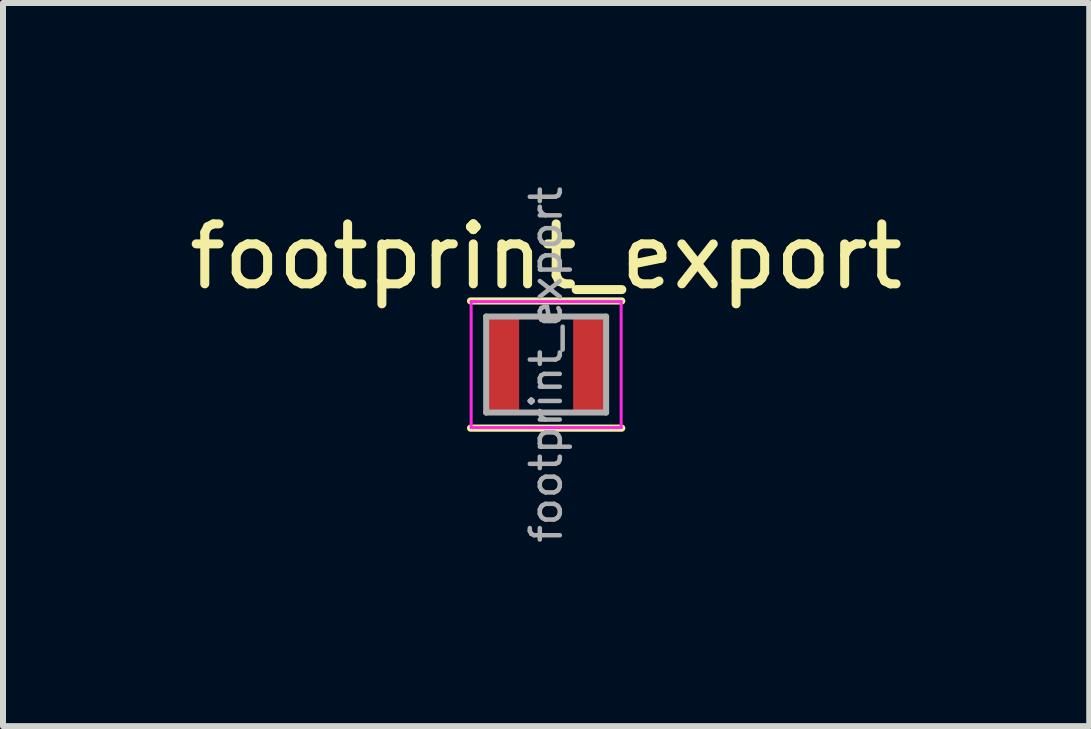
<source format=kicad_pcb>
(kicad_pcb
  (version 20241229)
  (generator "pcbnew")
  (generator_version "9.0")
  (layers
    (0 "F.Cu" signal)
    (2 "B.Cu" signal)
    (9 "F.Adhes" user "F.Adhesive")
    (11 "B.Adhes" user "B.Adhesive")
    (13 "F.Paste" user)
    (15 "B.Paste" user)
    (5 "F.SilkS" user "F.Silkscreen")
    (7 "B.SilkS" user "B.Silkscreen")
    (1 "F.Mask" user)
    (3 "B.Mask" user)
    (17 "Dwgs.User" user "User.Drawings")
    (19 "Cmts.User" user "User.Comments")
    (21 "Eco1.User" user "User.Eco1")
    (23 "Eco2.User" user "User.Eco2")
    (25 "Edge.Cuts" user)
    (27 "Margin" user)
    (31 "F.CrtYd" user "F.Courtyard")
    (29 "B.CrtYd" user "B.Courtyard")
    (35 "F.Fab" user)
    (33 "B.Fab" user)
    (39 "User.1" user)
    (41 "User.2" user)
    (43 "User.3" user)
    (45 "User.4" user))
  (footprint "footprint_export"
    (layer "F.Cu")
    (at 6.054 3.027)
    (property "Reference" "footprint_export" (at 0 -1.8 0) (layer "F.SilkS") (effects (font (size 1 1) (thickness 0.15))))
    (attr smd)
    (fp_line (start -1.26 -1.06) (end 1.26 -1.06) (stroke (width 0.12) (type solid)) (layer "F.SilkS"))
    (fp_line (start -1.26 1.06) (end 1.26 1.06) (stroke (width 0.12) (type solid)) (layer "F.SilkS"))
    (fp_line (start -1.25 -1.05) (end -1.25 1.05) (stroke (width 0.05) (type solid)) (layer "F.CrtYd"))
    (fp_line (start -1.25 1.05) (end 1.25 1.05) (stroke (width 0.05) (type solid)) (layer "F.CrtYd"))
    (fp_line (start 1.25 -1.05) (end -1.25 -1.05) (stroke (width 0.05) (type solid)) (layer "F.CrtYd"))
    (fp_line (start 1.25 1.05) (end 1.25 -1.05) (stroke (width 0.05) (type solid)) (layer "F.CrtYd"))
    (fp_line (start -1 -0.8) (end -1 0.8) (stroke (width 0.1) (type solid)) (layer "F.Fab"))
    (fp_line (start -1 0.8) (end 1 0.8) (stroke (width 0.1) (type solid)) (layer "F.Fab"))
    (fp_line (start 1 -0.8) (end -1 -0.8) (stroke (width 0.1) (type solid)) (layer "F.Fab"))
    (fp_line (start 1 0.8) (end 1 -0.8) (stroke (width 0.1) (type solid)) (layer "F.Fab"))
    (fp_text user "${REFERENCE}" (at 0 0 90) (layer "F.Fab") (effects (font (size 0.5 0.5) (thickness 0.075))))
    (pad "1" smd rect (at -0.725 0) (size 0.55 1.6) (layers "F.Cu" "F.Mask" "F.Paste"))
    (pad "2" smd rect (at 0.725 0) (size 0.55 1.6) (layers "F.Cu" "F.Mask" "F.Paste")))
  (gr_rect
    (start -3 -3)
    (end 15.107 9.054)
    (stroke (width 0.1) (type default))
    (fill no)
    (layer "Edge.Cuts")))
</source>
